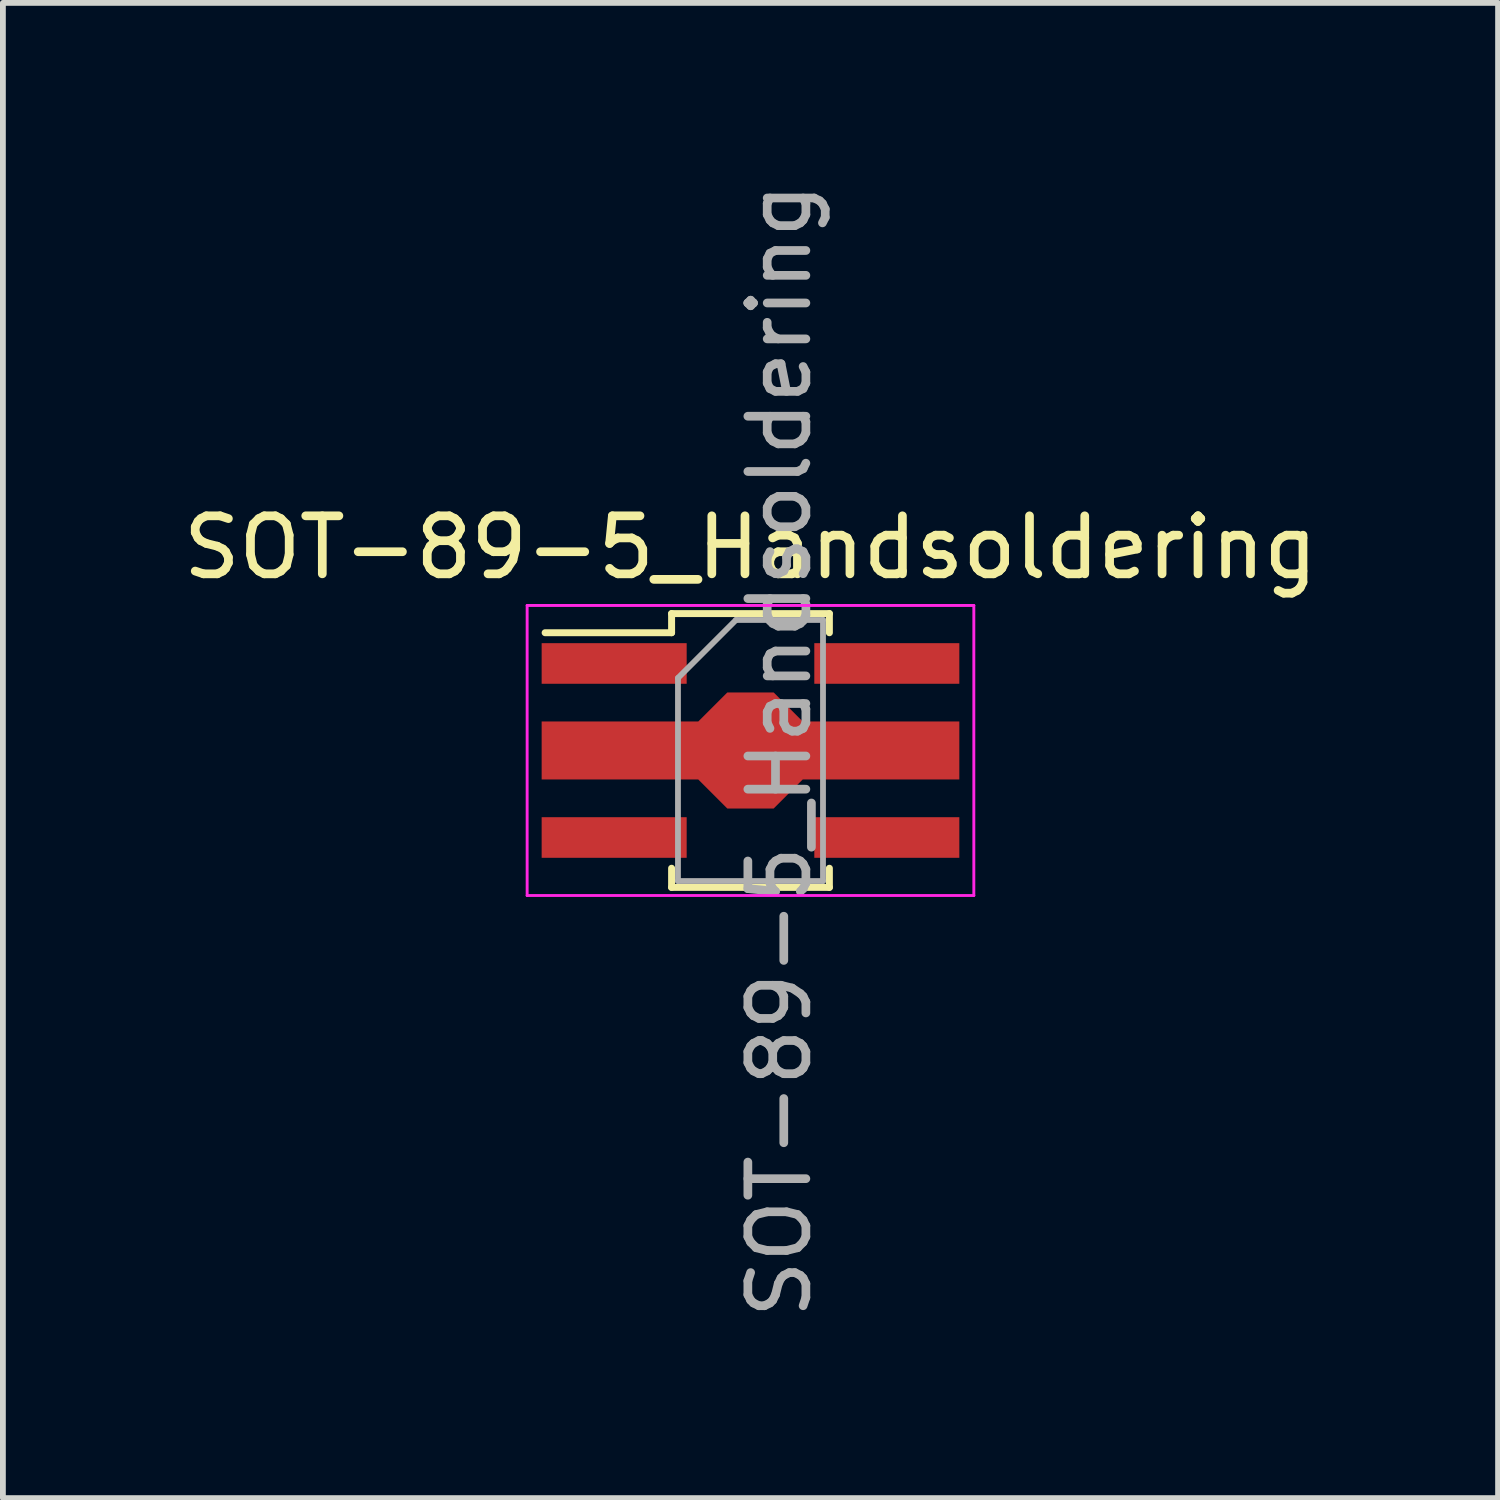
<source format=kicad_pcb>
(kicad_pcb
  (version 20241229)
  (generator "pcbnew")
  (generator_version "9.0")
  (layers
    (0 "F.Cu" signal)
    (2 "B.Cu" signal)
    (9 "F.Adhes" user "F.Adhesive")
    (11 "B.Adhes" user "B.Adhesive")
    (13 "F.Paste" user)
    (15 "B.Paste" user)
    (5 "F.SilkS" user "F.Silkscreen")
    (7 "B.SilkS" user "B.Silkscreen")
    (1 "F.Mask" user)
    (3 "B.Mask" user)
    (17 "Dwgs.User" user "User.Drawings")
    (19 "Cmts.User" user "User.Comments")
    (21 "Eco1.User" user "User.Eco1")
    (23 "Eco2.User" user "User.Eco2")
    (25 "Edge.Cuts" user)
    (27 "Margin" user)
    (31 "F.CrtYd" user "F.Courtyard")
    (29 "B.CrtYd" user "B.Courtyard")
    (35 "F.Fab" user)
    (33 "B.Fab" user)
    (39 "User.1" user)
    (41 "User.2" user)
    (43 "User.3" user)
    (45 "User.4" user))
  (footprint "SOT-89-5_Handsoldering"
    (layer "F.Cu")
    (at 9.887 9.887)
    (property "Reference" "SOT-89-5_Handsoldering" (at 0 -3.5 0) (layer "F.SilkS") (effects (font (size 1 1) (thickness 0.15))))
    (attr smd)
    (fp_line (start -3.54 -2.03) (end -1.36 -2.03) (stroke (width 0.12) (type solid)) (layer "F.SilkS"))
    (fp_line (start -1.36 -2.36) (end -1.36 -2.03) (stroke (width 0.12) (type solid)) (layer "F.SilkS"))
    (fp_line (start -1.36 -2.36) (end 1.36 -2.36) (stroke (width 0.12) (type solid)) (layer "F.SilkS"))
    (fp_line (start -1.36 2.36) (end -1.36 2.03) (stroke (width 0.12) (type solid)) (layer "F.SilkS"))
    (fp_line (start 1.36 -2.36) (end 1.36 -2.03) (stroke (width 0.12) (type solid)) (layer "F.SilkS"))
    (fp_line (start 1.36 2.03) (end 1.36 2.36) (stroke (width 0.12) (type solid)) (layer "F.SilkS"))
    (fp_line (start 1.36 2.36) (end -1.36 2.36) (stroke (width 0.12) (type solid)) (layer "F.SilkS"))
    (fp_line (start -3.85 2.5) (end -3.85 -2.5) (stroke (width 0.05) (type solid)) (layer "F.CrtYd"))
    (fp_line (start -3.85 2.5) (end 3.85 2.5) (stroke (width 0.05) (type solid)) (layer "F.CrtYd"))
    (fp_line (start 3.85 -2.5) (end -3.85 -2.5) (stroke (width 0.05) (type solid)) (layer "F.CrtYd"))
    (fp_line (start 3.85 -2.5) (end 3.85 2.5) (stroke (width 0.05) (type solid)) (layer "F.CrtYd"))
    (fp_line (start -1.25 -1.25) (end -0.25 -2.25) (stroke (width 0.1) (type solid)) (layer "F.Fab"))
    (fp_line (start -1.25 2.25) (end -1.25 -1.25) (stroke (width 0.1) (type solid)) (layer "F.Fab"))
    (fp_line (start -0.25 -2.25) (end 1.25 -2.25) (stroke (width 0.1) (type solid)) (layer "F.Fab"))
    (fp_line (start 1.25 -2.25) (end 1.25 2.25) (stroke (width 0.1) (type solid)) (layer "F.Fab"))
    (fp_line (start 1.25 2.25) (end -1.25 2.25) (stroke (width 0.1) (type solid)) (layer "F.Fab"))
    (fp_text user "${REFERENCE}" (at 0.5 0 90) (layer "F.Fab") (effects (font (size 1 1) (thickness 0.15))))
    (pad "1" smd rect (at -2.35 -1.5) (size 2.5 0.7) (layers "F.Cu" "F.Mask" "F.Paste"))
    (pad "2" smd custom (at 0 0) (size 0.8 2) (layers "F.Cu" "F.Mask" "F.Paste") (options (anchor rect)) (primitives (gr_poly (pts (xy -3.6 -0.5) (xy -0.9 -0.5) (xy -0.4 -1) (xy 0.4 -1) (xy 0.9 -0.5) (xy 3.6 -0.5) (xy 3.6 0.5) (xy 0.9 0.5) (xy 0.4 1) (xy -0.4 1) (xy -0.9 0.5) (xy -3.6 0.5)) (width 0) (fill yes))))
    (pad "3" smd rect (at -2.35 1.5) (size 2.5 0.7) (layers "F.Cu" "F.Mask" "F.Paste"))
    (pad "4" smd rect (at 2.35 1.5) (size 2.5 0.7) (layers "F.Cu" "F.Mask" "F.Paste"))
    (pad "5" smd rect (at 2.35 -1.5) (size 2.5 0.7) (layers "F.Cu" "F.Mask" "F.Paste")))
  (gr_rect
    (start -3 -3)
    (end 22.774 22.774)
    (stroke (width 0.1) (type default))
    (fill no)
    (layer "Edge.Cuts")))
</source>
